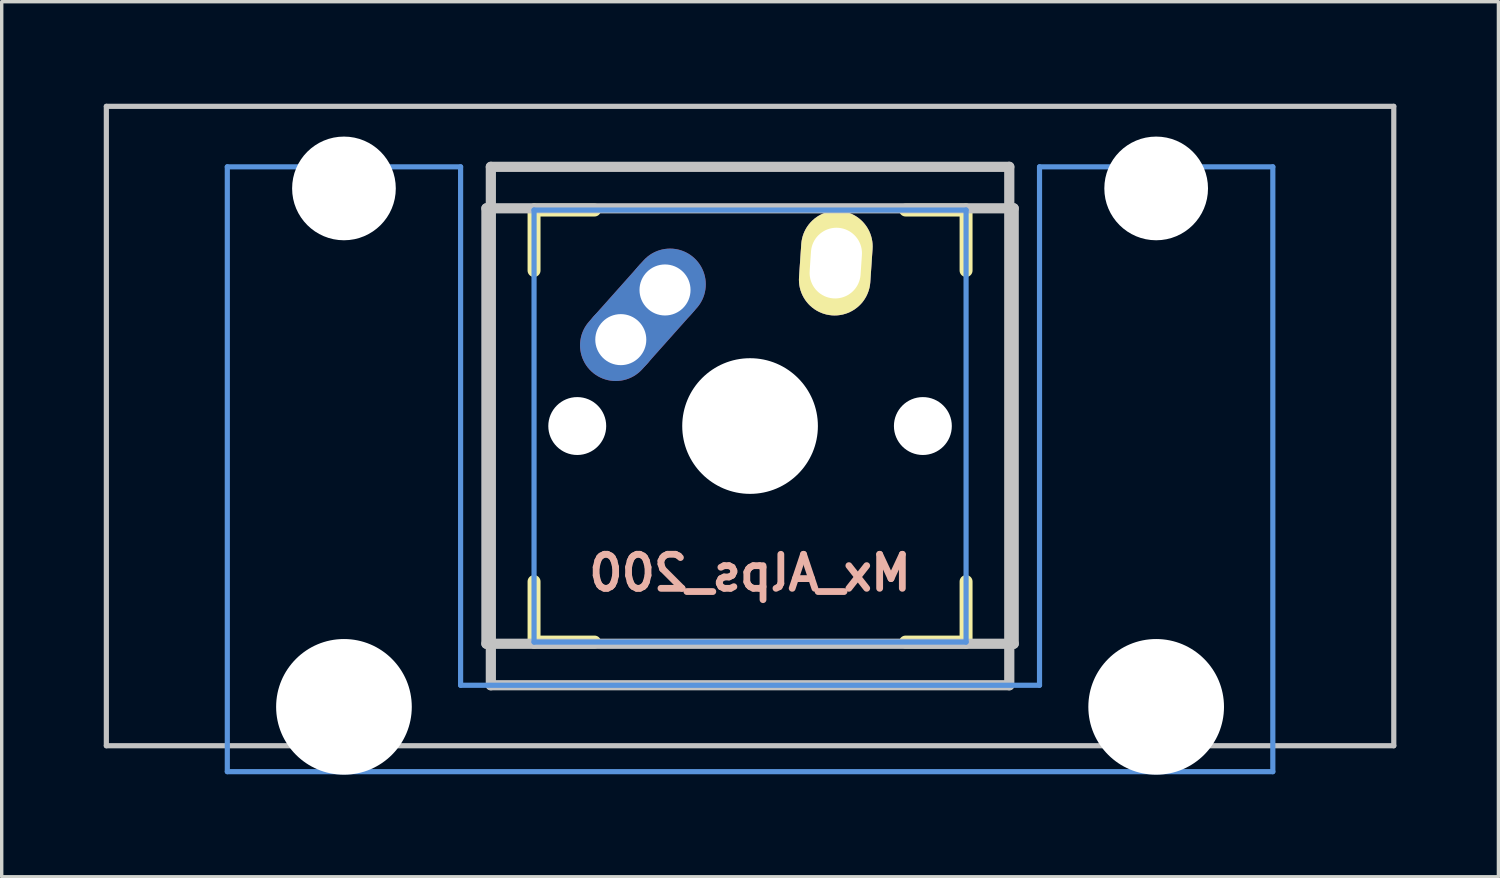
<source format=kicad_pcb>
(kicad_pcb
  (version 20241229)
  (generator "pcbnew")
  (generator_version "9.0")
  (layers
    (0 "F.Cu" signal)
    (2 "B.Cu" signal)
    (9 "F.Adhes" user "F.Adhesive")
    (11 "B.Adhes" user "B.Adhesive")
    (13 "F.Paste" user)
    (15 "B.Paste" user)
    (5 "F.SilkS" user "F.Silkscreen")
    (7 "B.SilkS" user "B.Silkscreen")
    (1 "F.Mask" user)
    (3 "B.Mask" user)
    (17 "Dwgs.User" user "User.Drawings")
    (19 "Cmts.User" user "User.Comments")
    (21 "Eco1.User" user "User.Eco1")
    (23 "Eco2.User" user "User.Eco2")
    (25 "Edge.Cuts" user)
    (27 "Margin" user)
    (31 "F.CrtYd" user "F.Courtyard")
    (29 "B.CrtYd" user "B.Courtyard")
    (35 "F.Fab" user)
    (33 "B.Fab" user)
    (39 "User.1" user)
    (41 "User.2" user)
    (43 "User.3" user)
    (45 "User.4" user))
  (footprint "Mx_Alps_200"
    (layer "F.Cu")
    (at 18.999 9.474)
    (property "Reference" "Mx_Alps_200" (at 0 4.318 0) (layer "B.SilkS") (effects (font (size 1 1) (thickness 0.2)) (justify mirror)))
    (attr through_hole)
    (fp_line (start -6.35 -6.35) (end -4.572 -6.35) (stroke (width 0.381) (type solid)) (layer "F.SilkS"))
    (fp_line (start -6.35 -4.572) (end -6.35 -6.35) (stroke (width 0.381) (type solid)) (layer "F.SilkS"))
    (fp_line (start -6.35 6.35) (end -6.35 4.572) (stroke (width 0.381) (type solid)) (layer "F.SilkS"))
    (fp_line (start -4.572 6.35) (end -6.35 6.35) (stroke (width 0.381) (type solid)) (layer "F.SilkS"))
    (fp_line (start 4.572 -6.35) (end 6.35 -6.35) (stroke (width 0.381) (type solid)) (layer "F.SilkS"))
    (fp_line (start 6.35 -6.35) (end 6.35 -4.572) (stroke (width 0.381) (type solid)) (layer "F.SilkS"))
    (fp_line (start 6.35 4.572) (end 6.35 6.35) (stroke (width 0.381) (type solid)) (layer "F.SilkS"))
    (fp_line (start 6.35 6.35) (end 4.572 6.35) (stroke (width 0.381) (type solid)) (layer "F.SilkS"))
    (fp_line (start -18.923 -9.398) (end 18.923 -9.398) (stroke (width 0.152) (type solid)) (layer "Dwgs.User"))
    (fp_line (start -18.923 9.398) (end -18.923 -9.398) (stroke (width 0.152) (type solid)) (layer "Dwgs.User"))
    (fp_line (start -7.75 6.4) (end -7.75 -6.4) (stroke (width 0.3) (type solid)) (layer "Dwgs.User"))
    (fp_line (start -7.75 6.4) (end 7.75 6.4) (stroke (width 0.3) (type solid)) (layer "Dwgs.User"))
    (fp_line (start -7.62 -7.62) (end 7.62 -7.62) (stroke (width 0.3) (type solid)) (layer "Dwgs.User"))
    (fp_line (start -7.62 7.62) (end -7.62 -7.62) (stroke (width 0.3) (type solid)) (layer "Dwgs.User"))
    (fp_line (start 7.62 -7.62) (end 7.62 7.62) (stroke (width 0.3) (type solid)) (layer "Dwgs.User"))
    (fp_line (start 7.62 7.62) (end -7.62 7.62) (stroke (width 0.3) (type solid)) (layer "Dwgs.User"))
    (fp_line (start 7.75 -6.4) (end -7.75 -6.4) (stroke (width 0.3) (type solid)) (layer "Dwgs.User"))
    (fp_line (start 7.75 6.4) (end 7.75 -6.4) (stroke (width 0.3) (type solid)) (layer "Dwgs.User"))
    (fp_line (start 18.923 -9.398) (end 18.923 9.398) (stroke (width 0.152) (type solid)) (layer "Dwgs.User"))
    (fp_line (start 18.923 9.398) (end -18.923 9.398) (stroke (width 0.152) (type solid)) (layer "Dwgs.User"))
    (fp_line (start -15.367 -7.62) (end -15.367 10.16) (stroke (width 0.152) (type solid)) (layer "Cmts.User"))
    (fp_line (start -15.367 10.16) (end 15.367 10.16) (stroke (width 0.152) (type solid)) (layer "Cmts.User"))
    (fp_line (start -8.509 -7.62) (end -15.367 -7.62) (stroke (width 0.152) (type solid)) (layer "Cmts.User"))
    (fp_line (start -8.509 7.62) (end -8.509 -7.62) (stroke (width 0.152) (type solid)) (layer "Cmts.User"))
    (fp_line (start -6.35 -6.35) (end 6.35 -6.35) (stroke (width 0.152) (type solid)) (layer "Cmts.User"))
    (fp_line (start -6.35 6.35) (end -6.35 -6.35) (stroke (width 0.152) (type solid)) (layer "Cmts.User"))
    (fp_line (start 6.35 -6.35) (end 6.35 6.35) (stroke (width 0.152) (type solid)) (layer "Cmts.User"))
    (fp_line (start 6.35 6.35) (end -6.35 6.35) (stroke (width 0.152) (type solid)) (layer "Cmts.User"))
    (fp_line (start 8.509 -7.62) (end 8.509 7.62) (stroke (width 0.152) (type solid)) (layer "Cmts.User"))
    (fp_line (start 8.509 7.62) (end -8.509 7.62) (stroke (width 0.152) (type solid)) (layer "Cmts.User"))
    (fp_line (start 15.367 -7.62) (end 8.509 -7.62) (stroke (width 0.152) (type solid)) (layer "Cmts.User"))
    (fp_line (start 15.367 10.16) (end 15.367 -7.62) (stroke (width 0.152) (type solid)) (layer "Cmts.User"))
    (fp_line (start -16.129 -2.286) (end -15.265 -2.286) (stroke (width 0.152) (type solid)) (layer "Eco2.User"))
    (fp_line (start -16.129 0.508) (end -16.129 -2.286) (stroke (width 0.152) (type solid)) (layer "Eco2.User"))
    (fp_line (start -15.265 -5.69) (end -8.611 -5.69) (stroke (width 0.152) (type solid)) (layer "Eco2.User"))
    (fp_line (start -15.265 -2.286) (end -15.265 -5.69) (stroke (width 0.152) (type solid)) (layer "Eco2.User"))
    (fp_line (start -15.265 0.508) (end -16.129 0.508) (stroke (width 0.152) (type solid)) (layer "Eco2.User"))
    (fp_line (start -15.265 6.604) (end -15.265 0.508) (stroke (width 0.152) (type solid)) (layer "Eco2.User"))
    (fp_line (start -14.224 6.604) (end -15.265 6.604) (stroke (width 0.152) (type solid)) (layer "Eco2.User"))
    (fp_line (start -14.224 7.772) (end -14.224 6.604) (stroke (width 0.152) (type solid)) (layer "Eco2.User"))
    (fp_line (start -9.652 6.604) (end -9.652 7.772) (stroke (width 0.152) (type solid)) (layer "Eco2.User"))
    (fp_line (start -9.652 7.772) (end -14.224 7.772) (stroke (width 0.152) (type solid)) (layer "Eco2.User"))
    (fp_line (start -8.611 -5.69) (end -8.611 -4.877) (stroke (width 0.152) (type solid)) (layer "Eco2.User"))
    (fp_line (start -8.611 -4.877) (end -6.985 -4.877) (stroke (width 0.152) (type solid)) (layer "Eco2.User"))
    (fp_line (start -8.611 5.817) (end -8.611 6.604) (stroke (width 0.152) (type solid)) (layer "Eco2.User"))
    (fp_line (start -8.611 6.604) (end -9.652 6.604) (stroke (width 0.152) (type solid)) (layer "Eco2.User"))
    (fp_line (start -6.985 -6.985) (end 6.985 -6.985) (stroke (width 0.152) (type solid)) (layer "Eco2.User"))
    (fp_line (start -6.985 -4.877) (end -6.985 -6.985) (stroke (width 0.152) (type solid)) (layer "Eco2.User"))
    (fp_line (start -6.985 5.817) (end -8.611 5.817) (stroke (width 0.152) (type solid)) (layer "Eco2.User"))
    (fp_line (start -6.985 6.985) (end -6.985 5.817) (stroke (width 0.152) (type solid)) (layer "Eco2.User"))
    (fp_line (start 6.985 -6.985) (end 6.985 -4.877) (stroke (width 0.152) (type solid)) (layer "Eco2.User"))
    (fp_line (start 6.985 -4.877) (end 8.611 -4.877) (stroke (width 0.152) (type solid)) (layer "Eco2.User"))
    (fp_line (start 6.985 5.817) (end 6.985 6.985) (stroke (width 0.152) (type solid)) (layer "Eco2.User"))
    (fp_line (start 6.985 6.985) (end -6.985 6.985) (stroke (width 0.152) (type solid)) (layer "Eco2.User"))
    (fp_line (start 8.611 -5.69) (end 15.265 -5.69) (stroke (width 0.152) (type solid)) (layer "Eco2.User"))
    (fp_line (start 8.611 -4.877) (end 8.611 -5.69) (stroke (width 0.152) (type solid)) (layer "Eco2.User"))
    (fp_line (start 8.611 5.817) (end 6.985 5.817) (stroke (width 0.152) (type solid)) (layer "Eco2.User"))
    (fp_line (start 8.611 6.604) (end 8.611 5.817) (stroke (width 0.152) (type solid)) (layer "Eco2.User"))
    (fp_line (start 9.652 6.604) (end 8.611 6.604) (stroke (width 0.152) (type solid)) (layer "Eco2.User"))
    (fp_line (start 9.652 7.772) (end 9.652 6.604) (stroke (width 0.152) (type solid)) (layer "Eco2.User"))
    (fp_line (start 14.224 6.604) (end 14.224 7.772) (stroke (width 0.152) (type solid)) (layer "Eco2.User"))
    (fp_line (start 14.224 7.772) (end 9.652 7.772) (stroke (width 0.152) (type solid)) (layer "Eco2.User"))
    (fp_line (start 15.265 -5.69) (end 15.265 -2.286) (stroke (width 0.152) (type solid)) (layer "Eco2.User"))
    (fp_line (start 15.265 -2.286) (end 16.129 -2.286) (stroke (width 0.152) (type solid)) (layer "Eco2.User"))
    (fp_line (start 15.265 0.508) (end 15.265 6.604) (stroke (width 0.152) (type solid)) (layer "Eco2.User"))
    (fp_line (start 15.265 6.604) (end 14.224 6.604) (stroke (width 0.152) (type solid)) (layer "Eco2.User"))
    (fp_line (start 16.129 -2.286) (end 16.129 0.508) (stroke (width 0.152) (type solid)) (layer "Eco2.User"))
    (fp_line (start 16.129 0.508) (end 15.265 0.508) (stroke (width 0.152) (type solid)) (layer "Eco2.User"))
    (pad "" np_thru_hole circle (at -11.938 -6.985) (size 3.048 3.048) (drill 3.048) (layers "*.Cu"))
    (pad "" np_thru_hole circle (at -11.938 8.255) (size 3.988 3.988) (drill 3.988) (layers "*.Cu"))
    (pad "" np_thru_hole circle (at -5.08 0) (size 1.702 1.702) (drill 1.702) (layers "*.Cu"))
    (pad "" np_thru_hole circle (at 0 0) (size 3.988 3.988) (drill 3.988) (layers "*.Cu"))
    (pad "" np_thru_hole circle (at 5.08 0) (size 1.702 1.702) (drill 1.702) (layers "*.Cu"))
    (pad "" np_thru_hole circle (at 11.938 -6.985) (size 3.048 3.048) (drill 3.048) (layers "*.Cu"))
    (pad "" np_thru_hole circle (at 11.938 8.255) (size 3.988 3.988) (drill 3.988) (layers "*.Cu"))
    (pad "1" thru_hole circle (at -3.8 -2.54) (size 2.1 2.1) (drill 1.5) (layers "*.Cu" "*.Mask"))
    (pad "1" smd oval (at -3.15 -3.27 48.3) (size 4.5 2.1) (layers "F.Cu" "F.Mask"))
    (pad "1" smd oval (at -3.15 -3.27 48.3) (size 4.5 2.1) (layers "B.Cu" "B.Mask"))
    (pad "1" thru_hole circle (at -2.5 -4) (size 2.1 2.1) (drill 1.5) (layers "*.Cu" "*.Mask"))
    (pad "2" thru_hole oval (at 2.52 -4.79 356.1) (size 2.1 3.08) (drill oval 1.5 2.08) (layers "*.Cu" "*.Mask" "F.SilkS")))
  (gr_rect
    (start -3 -3)
    (end 40.998 22.723)
    (stroke (width 0.1) (type default))
    (fill no)
    (layer "Edge.Cuts")))
</source>
